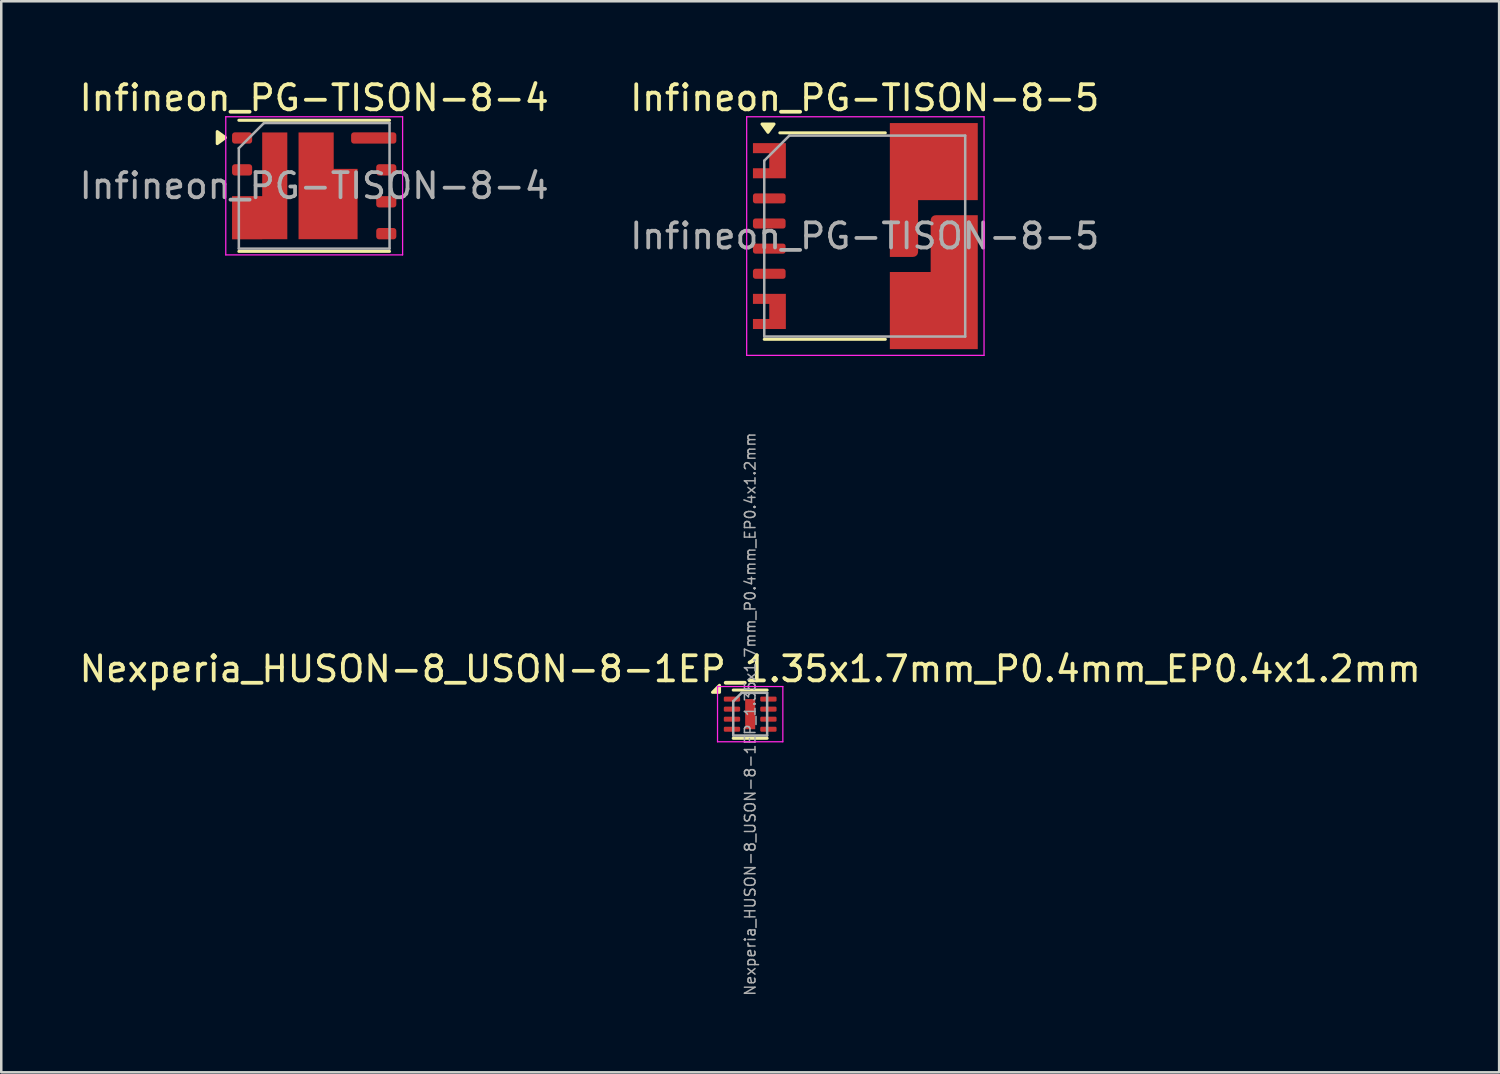
<source format=kicad_pcb>
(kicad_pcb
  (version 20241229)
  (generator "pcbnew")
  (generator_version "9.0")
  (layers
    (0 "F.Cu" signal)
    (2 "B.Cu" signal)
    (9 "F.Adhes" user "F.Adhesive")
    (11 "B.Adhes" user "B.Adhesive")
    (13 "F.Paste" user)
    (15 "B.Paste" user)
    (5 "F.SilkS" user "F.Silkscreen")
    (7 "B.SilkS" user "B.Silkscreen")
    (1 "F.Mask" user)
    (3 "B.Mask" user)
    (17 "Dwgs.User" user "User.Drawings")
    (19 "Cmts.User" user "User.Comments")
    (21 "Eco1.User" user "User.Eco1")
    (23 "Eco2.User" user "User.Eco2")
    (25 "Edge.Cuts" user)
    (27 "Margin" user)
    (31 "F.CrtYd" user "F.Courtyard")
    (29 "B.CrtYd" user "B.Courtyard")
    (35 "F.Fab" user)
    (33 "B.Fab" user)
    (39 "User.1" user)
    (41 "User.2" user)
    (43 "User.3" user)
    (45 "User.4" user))
  (footprint "Nexperia_HUSON-8_USON-8-1EP_1.35x1.7mm_P0.4mm_EP0.4x1.2mm"
    (layer "F.Cu")
    (at 26.815 25.381)
    (property "Reference" "Nexperia_HUSON-8_USON-8-1EP_1.35x1.7mm_P0.4mm_EP0.4x1.2mm" (at 0 -1.8 0) (layer "F.SilkS") (effects (font (size 1 1) (thickness 0.15))))
    (attr smd)
    (fp_line (start -0.675 -0.96) (end 0.675 -0.96) (stroke (width 0.12) (type solid)) (layer "F.SilkS"))
    (fp_line (start -0.675 0.96) (end 0.675 0.96) (stroke (width 0.12) (type solid)) (layer "F.SilkS"))
    (fp_poly (pts (xy -1.22 -0.87) (xy -1.5 -0.87) (xy -1.22 -1.15) (xy -1.22 -0.87)) (stroke (width 0.12) (type solid)) (fill yes) (layer "F.SilkS"))
    (fp_line (start -1.3 -1.1) (end -1.3 1.1) (stroke (width 0.05) (type solid)) (layer "F.CrtYd"))
    (fp_line (start -1.3 1.1) (end 1.3 1.1) (stroke (width 0.05) (type solid)) (layer "F.CrtYd"))
    (fp_line (start 1.3 -1.1) (end -1.3 -1.1) (stroke (width 0.05) (type solid)) (layer "F.CrtYd"))
    (fp_line (start 1.3 1.1) (end 1.3 -1.1) (stroke (width 0.05) (type solid)) (layer "F.CrtYd"))
    (fp_line (start -0.675 -0.512) (end -0.338 -0.85) (stroke (width 0.1) (type solid)) (layer "F.Fab"))
    (fp_line (start -0.675 0.85) (end -0.675 -0.512) (stroke (width 0.1) (type solid)) (layer "F.Fab"))
    (fp_line (start -0.338 -0.85) (end 0.675 -0.85) (stroke (width 0.1) (type solid)) (layer "F.Fab"))
    (fp_line (start 0.675 -0.85) (end 0.675 0.85) (stroke (width 0.1) (type solid)) (layer "F.Fab"))
    (fp_line (start 0.675 0.85) (end -0.675 0.85) (stroke (width 0.1) (type solid)) (layer "F.Fab"))
    (fp_text user "${REFERENCE}" (at 0 0 90) (layer "F.Fab") (effects (font (size 0.42 0.42) (thickness 0.06))))
    (pad "" smd roundrect (at 0 0) (size 0.32 0.97) (layers "F.Paste") (roundrect_rratio 0.25))
    (pad "1" smd roundrect (at -0.725 -0.6) (size 0.65 0.2) (layers "F.Cu" "F.Mask" "F.Paste") (roundrect_rratio 0.25))
    (pad "2" smd roundrect (at -0.725 -0.2) (size 0.65 0.2) (layers "F.Cu" "F.Mask" "F.Paste") (roundrect_rratio 0.25))
    (pad "3" smd roundrect (at -0.725 0.2) (size 0.65 0.2) (layers "F.Cu" "F.Mask" "F.Paste") (roundrect_rratio 0.25))
    (pad "4" smd roundrect (at -0.725 0.6) (size 0.65 0.2) (layers "F.Cu" "F.Mask" "F.Paste") (roundrect_rratio 0.25))
    (pad "5" smd roundrect (at 0.725 0.6) (size 0.65 0.2) (layers "F.Cu" "F.Mask" "F.Paste") (roundrect_rratio 0.25))
    (pad "6" smd roundrect (at 0.725 0.2) (size 0.65 0.2) (layers "F.Cu" "F.Mask" "F.Paste") (roundrect_rratio 0.25))
    (pad "7" smd roundrect (at 0.725 -0.2) (size 0.65 0.2) (layers "F.Cu" "F.Mask" "F.Paste") (roundrect_rratio 0.25))
    (pad "8" smd roundrect (at 0.725 -0.6) (size 0.65 0.2) (layers "F.Cu" "F.Mask" "F.Paste") (roundrect_rratio 0.25))
    (pad "9" smd rect (at 0 0) (size 0.4 1.2) (property pad_prop_heatsink) (layers "F.Cu" "F.Mask")))
  (footprint "Infineon_PG-TISON-8-5"
    (layer "F.Cu")
    (at 31.375 6.348)
    (property "Reference" "Infineon_PG-TISON-8-5" (at 0 -5.5 0) (layer "F.SilkS") (effects (font (size 1 1) (thickness 0.15))))
    (attr smd)
    (fp_line (start 0.82 -4.11) (end -3.38 -4.11) (stroke (width 0.12) (type solid)) (layer "F.SilkS"))
    (fp_line (start 0.82 4.11) (end -4 4.11) (stroke (width 0.12) (type solid)) (layer "F.SilkS"))
    (fp_poly (pts (xy -3.85 -4.13) (xy -4.09 -4.46) (xy -3.61 -4.46) (xy -3.85 -4.13)) (stroke (width 0.12) (type solid)) (fill yes) (layer "F.SilkS"))
    (fp_line (start -4.7 -4.75) (end 4.75 -4.75) (stroke (width 0.05) (type solid)) (layer "F.CrtYd"))
    (fp_line (start -4.7 4.75) (end -4.7 -4.75) (stroke (width 0.05) (type solid)) (layer "F.CrtYd"))
    (fp_line (start 4.75 -4.75) (end 4.75 4.75) (stroke (width 0.05) (type solid)) (layer "F.CrtYd"))
    (fp_line (start 4.75 4.75) (end -4.7 4.75) (stroke (width 0.05) (type solid)) (layer "F.CrtYd"))
    (fp_line (start -4 -3) (end -4 4) (stroke (width 0.1) (type solid)) (layer "F.Fab"))
    (fp_line (start -3 -4) (end -4 -3) (stroke (width 0.1) (type solid)) (layer "F.Fab"))
    (fp_line (start -3 -4) (end 4 -4) (stroke (width 0.1) (type solid)) (layer "F.Fab"))
    (fp_line (start 4 -4) (end 4 4) (stroke (width 0.1) (type solid)) (layer "F.Fab"))
    (fp_line (start 4 4) (end -4 4) (stroke (width 0.1) (type solid)) (layer "F.Fab"))
    (fp_text user "${REFERENCE}" (at 0 0 0) (layer "F.Fab") (effects (font (size 1 1) (thickness 0.15))))
    (pad "" smd roundrect (at -3.8 -3.5) (size 1.2 0.3) (layers "F.Paste") (roundrect_rratio 0.25))
    (pad "" smd roundrect (at -3.8 -2.5) (size 1.2 0.3) (layers "F.Paste") (roundrect_rratio 0.25))
    (pad "" smd roundrect (at -3.8 -2.5) (size 1.2 0.3) (layers "F.Paste") (roundrect_rratio 0.25))
    (pad "" smd roundrect (at -3.8 -1.5) (size 1.2 0.3) (layers "F.Paste") (roundrect_rratio 0.25))
    (pad "" smd roundrect (at -3.8 -0.5) (size 1.2 0.3) (layers "F.Paste") (roundrect_rratio 0.25))
    (pad "" smd roundrect (at -3.8 0.5) (size 1.2 0.3) (layers "F.Paste") (roundrect_rratio 0.25))
    (pad "" smd roundrect (at -3.8 1.5) (size 1.2 0.3) (layers "F.Paste") (roundrect_rratio 0.25))
    (pad "" smd roundrect (at -3.8 2.5) (size 1.2 0.3) (layers "F.Paste") (roundrect_rratio 0.25))
    (pad "" smd roundrect (at -3.8 3.5) (size 1.2 0.3) (layers "F.Paste") (roundrect_rratio 0.25))
    (pad "" smd roundrect (at -3.49 -3) (size 0.5 0.4) (layers "F.Paste") (roundrect_rratio 0.25))
    (pad "" smd roundrect (at -3.49 3) (size 0.5 0.4) (layers "F.Paste") (roundrect_rratio 0.25))
    (pad "" smd roundrect (at 1.561 -3.638) (size 0.7 1.225) (layers "F.Paste") (roundrect_rratio 0.25))
    (pad "" smd roundrect (at 1.561 -1.425) (size 0.7 1.6) (layers "F.Paste") (roundrect_rratio 0.25))
    (pad "" smd roundrect (at 1.561 0.403) (size 0.7 0.455) (layers "F.Paste") (roundrect_rratio 0.25))
    (pad "" smd roundrect (at 1.561 1.903) (size 0.7 0.545) (layers "F.Paste") (roundrect_rratio 0.25))
    (pad "" smd roundrect (at 1.561 3.612) (size 0.7 1.275) (layers "F.Paste") (roundrect_rratio 0.25))
    (pad "" smd roundrect (at 2.38 2.915) (size 0.537 2.57) (layers "F.Paste") (roundrect_rratio 0.25))
    (pad "" smd roundrect (at 2.586 -2.94) (size 0.95 2.62) (layers "F.Paste") (roundrect_rratio 0.25))
    (pad "" smd roundrect (at 3.28 -0.375) (size 0.863 0.5) (layers "F.Paste") (roundrect_rratio 0.25))
    (pad "" smd roundrect (at 3.28 1.425) (size 0.863 1.5) (layers "F.Paste") (roundrect_rratio 0.25))
    (pad "" smd roundrect (at 3.28 3.612) (size 0.863 1.275) (layers "F.Paste") (roundrect_rratio 0.25))
    (pad "" smd roundrect (at 3.486 -3.638) (size 0.45 1.225) (layers "F.Paste") (roundrect_rratio 0.25))
    (pad "" smd roundrect (at 3.486 -1.927) (size 0.45 0.595) (layers "F.Paste") (roundrect_rratio 0.25))
    (pad "" smd roundrect (at 4.111 -2.94) (size 0.4 2.62) (layers "F.Paste") (roundrect_rratio 0.25))
    (pad "" smd roundrect (at 4.111 0.403) (size 0.4 2.055) (layers "F.Paste") (roundrect_rratio 0.25))
    (pad "" smd roundrect (at 4.111 2.915) (size 0.4 2.57) (layers "F.Paste") (roundrect_rratio 0.25))
    (pad "1" smd custom (at -3.47 -3) (size 0.66 1.4) (layers "F.Cu" "F.Mask") (options (anchor rect)) (primitives (gr_poly (pts (xy 0.33 0.7) (xy -0.98 0.7) (xy -0.98 0.3) (xy -0.33 0.3) (xy -0.33 -0.3) (xy -0.98 -0.3) (xy -0.98 -0.7) (xy 0.33 -0.7)) (width 0) (fill yes))))
    (pad "2" smd roundrect (at -3.8 -1.5) (size 1.3 0.4) (layers "F.Cu" "F.Mask") (roundrect_rratio 0.25))
    (pad "3" smd roundrect (at -3.8 -0.5) (size 1.3 0.4) (layers "F.Cu" "F.Mask") (roundrect_rratio 0.25))
    (pad "4" smd roundrect (at -3.8 0.5) (size 1.3 0.4) (layers "F.Cu" "F.Mask") (roundrect_rratio 0.25))
    (pad "5" smd roundrect (at -3.8 1.5) (size 1.3 0.4) (layers "F.Cu" "F.Mask") (roundrect_rratio 0.25))
    (pad "6" smd custom (at -3.47 3) (size 0.66 1.4) (layers "F.Cu" "F.Mask") (options (anchor rect)) (primitives (gr_poly (pts (xy 0.33 0.7) (xy -0.98 0.7) (xy -0.98 0.3) (xy -0.33 0.3) (xy -0.33 -0.3) (xy -0.98 -0.3) (xy -0.98 -0.7) (xy 0.33 -0.7)) (width 0) (fill yes))))
    (pad "7" smd custom (at 2.75 2.965) (size 3.5 3.07) (layers "F.Cu" "F.Mask") (options (anchor rect)) (primitives (gr_poly (pts (xy 1.75 -1.535) (xy -0.125 -1.535) (xy -0.125 -3.595) (xy 0.075 -3.795) (xy 1.75 -3.795)) (width 0) (fill yes)) (gr_circle (center 0.075 -3.595) (end 0.275 -3.595) (width 0) (fill yes))))
    (pad "8" smd custom (at 2.75 -2.965) (size 3.5 3.07) (layers "F.Cu" "F.Mask") (options (anchor rect)) (primitives (gr_poly (pts (xy -0.625 3.595) (xy -0.825 3.795) (xy -1.75 3.795) (xy -1.75 1.535) (xy -0.625 1.535)) (width 0) (fill yes)) (gr_circle (center -0.825 3.595) (end -0.625 3.595) (width 0) (fill yes)))))
  (footprint "Infineon_PG-TISON-8-4"
    (layer "F.Cu")
    (at 9.458 4.348)
    (property "Reference" "Infineon_PG-TISON-8-4" (at 0 -3.5 0) (layer "F.SilkS") (effects (font (size 1 1) (thickness 0.15))))
    (attr smd)
    (fp_line (start 3 -2.61) (end -3 -2.61) (stroke (width 0.12) (type solid)) (layer "F.SilkS"))
    (fp_line (start 3 2.61) (end -3 2.61) (stroke (width 0.12) (type solid)) (layer "F.SilkS"))
    (fp_poly (pts (xy -3.53 -1.92) (xy -3.86 -1.68) (xy -3.86 -2.16) (xy -3.53 -1.92)) (stroke (width 0.12) (type solid)) (fill yes) (layer "F.SilkS"))
    (fp_line (start -3.52 -2.75) (end 3.52 -2.75) (stroke (width 0.05) (type solid)) (layer "F.CrtYd"))
    (fp_line (start -3.52 2.75) (end -3.52 -2.75) (stroke (width 0.05) (type solid)) (layer "F.CrtYd"))
    (fp_line (start 3.52 -2.75) (end 3.52 2.75) (stroke (width 0.05) (type solid)) (layer "F.CrtYd"))
    (fp_line (start 3.52 2.75) (end -3.52 2.75) (stroke (width 0.05) (type solid)) (layer "F.CrtYd"))
    (fp_line (start -3 -1.5) (end -3 2.5) (stroke (width 0.1) (type solid)) (layer "F.Fab"))
    (fp_line (start -2 -2.5) (end -3 -1.5) (stroke (width 0.1) (type solid)) (layer "F.Fab"))
    (fp_line (start -2 -2.5) (end 3 -2.5) (stroke (width 0.1) (type solid)) (layer "F.Fab"))
    (fp_line (start 3 -2.5) (end 3 2.5) (stroke (width 0.1) (type solid)) (layer "F.Fab"))
    (fp_line (start 3 2.5) (end -3 2.5) (stroke (width 0.1) (type solid)) (layer "F.Fab"))
    (fp_text user "${REFERENCE}" (at 0 0 0) (layer "F.Fab") (effects (font (size 1 1) (thickness 0.15))))
    (pad "" smd rect (at -2.87 0.635) (size 0.7 0.35) (layers "F.Paste"))
    (pad "" smd rect (at -2.87 0.635) (size 0.8 0.45) (layers "F.Mask"))
    (pad "" smd rect (at -2.87 1.905) (size 0.7 0.35) (layers "F.Paste"))
    (pad "" smd rect (at -2.87 1.905) (size 0.8 0.45) (layers "F.Mask"))
    (pad "" smd rect (at -1.57 -1.5) (size 0.8 0.75) (layers "F.Paste"))
    (pad "" smd rect (at -1.57 -0.5) (size 0.8 0.75) (layers "F.Paste"))
    (pad "" smd rect (at -1.57 0) (size 1 4.25) (layers "F.Mask"))
    (pad "" smd rect (at -1.57 0.5) (size 0.8 0.75) (layers "F.Paste"))
    (pad "" smd rect (at -1.57 1.5) (size 0.8 0.75) (layers "F.Paste"))
    (pad "" smd rect (at 0 -1.5) (size 0.85 0.75) (layers "F.Paste"))
    (pad "" smd rect (at 0 -0.5) (size 0.85 0.75) (layers "F.Paste"))
    (pad "" smd rect (at 0 0.5) (size 0.85 0.75) (layers "F.Paste"))
    (pad "" smd rect (at 0 1.5) (size 0.85 0.75) (layers "F.Paste"))
    (pad "" smd rect (at 1.1 -0.315) (size 0.85 0.38) (layers "F.Paste"))
    (pad "" smd rect (at 1.1 0.5) (size 0.85 0.75) (layers "F.Paste"))
    (pad "" smd rect (at 1.1 1.5) (size 0.85 0.75) (layers "F.Paste"))
    (pad "" smd roundrect (at 1.92 -1.905) (size 0.8 0.35) (layers "F.Paste") (roundrect_rratio 0.25))
    (pad "" smd roundrect (at 2.87 -1.905) (size 0.7 0.35) (layers "F.Paste") (roundrect_rratio 0.25))
    (pad "1" smd roundrect (at -2.87 -1.905) (size 0.8 0.45) (layers "F.Cu" "F.Mask" "F.Paste") (roundrect_rratio 0.25))
    (pad "2" smd roundrect (at -2.87 -0.635) (size 0.8 0.45) (layers "F.Cu" "F.Mask" "F.Paste") (roundrect_rratio 0.25))
    (pad "3" smd custom (at -1.57 0) (size 1 4.25) (layers "F.Cu") (options (anchor rect)) (primitives (gr_poly (pts (xy -0.5 2.13) (xy -1.7 2.13) (xy -1.7 0.41) (xy -0.5 0.41)) (width 0) (fill yes))))
    (pad "4" smd roundrect (at 2.87 1.905) (size 0.8 0.45) (layers "F.Cu" "F.Mask" "F.Paste") (roundrect_rratio 0.25))
    (pad "5" smd roundrect (at 2.87 0.635) (size 0.8 0.45) (layers "F.Cu" "F.Mask" "F.Paste") (roundrect_rratio 0.25))
    (pad "6" smd roundrect (at 2.87 -0.635) (size 0.8 0.45) (layers "F.Cu" "F.Mask" "F.Paste") (roundrect_rratio 0.25))
    (pad "7" smd roundrect (at 2.37 -1.905) (size 1.8 0.45) (layers "F.Cu" "F.Mask") (roundrect_rratio 0.25))
    (pad "8" smd custom (at 0.077 0) (size 1.4 4.25) (layers "F.Cu" "F.Mask") (options (anchor rect)) (primitives (gr_poly (pts (xy 1.65 2.125) (xy 0.7 2.125) (xy 0.7 -0.675) (xy 1.65 -0.675)) (width 0) (fill yes)))))
  (gr_rect
    (start -3 -3)
    (end 56.631 39.639)
    (stroke (width 0.1) (type default))
    (fill no)
    (layer "Edge.Cuts")))
</source>
